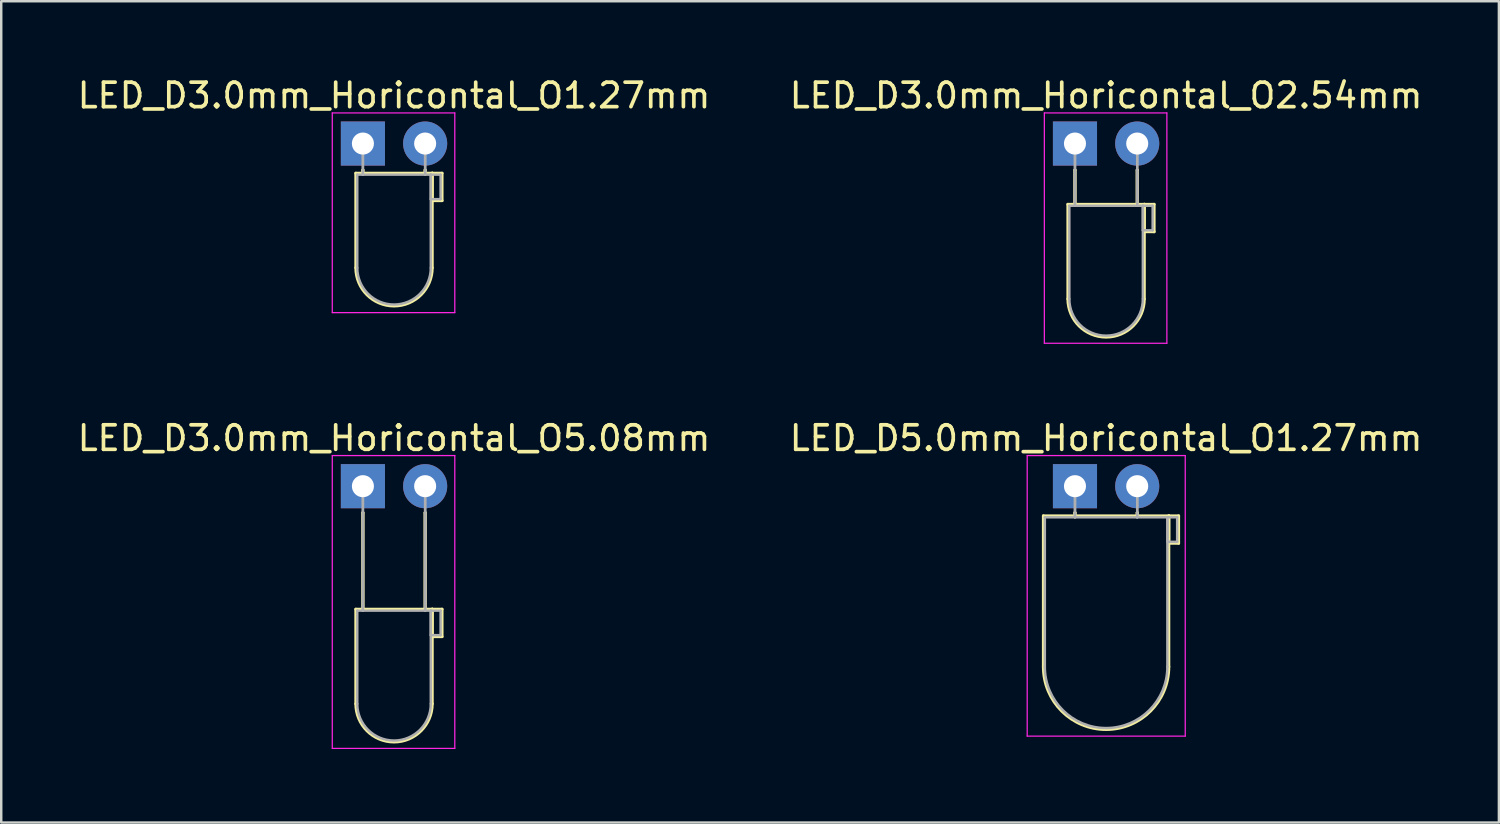
<source format=kicad_pcb>
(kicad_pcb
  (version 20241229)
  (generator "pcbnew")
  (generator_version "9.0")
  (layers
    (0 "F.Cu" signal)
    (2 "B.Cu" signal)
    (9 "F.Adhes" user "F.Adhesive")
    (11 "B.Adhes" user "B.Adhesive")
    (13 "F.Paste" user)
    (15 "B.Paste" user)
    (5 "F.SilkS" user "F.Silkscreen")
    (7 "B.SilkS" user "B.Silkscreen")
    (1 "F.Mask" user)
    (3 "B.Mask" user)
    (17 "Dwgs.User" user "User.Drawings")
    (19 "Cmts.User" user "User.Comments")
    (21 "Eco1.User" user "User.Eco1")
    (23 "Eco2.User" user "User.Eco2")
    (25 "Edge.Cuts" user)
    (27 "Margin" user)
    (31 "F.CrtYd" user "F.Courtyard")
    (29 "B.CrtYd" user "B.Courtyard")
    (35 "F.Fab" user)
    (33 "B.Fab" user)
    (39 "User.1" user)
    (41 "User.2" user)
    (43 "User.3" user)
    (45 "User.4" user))
  (footprint "LED_D3.0mm_Horicontal_O5.08mm"
    (layer "F.Cu")
    (at 11.76 16.791)
    (property "Reference" "LED_D3.0mm_Horicontal_O5.08mm" (at 1.27 -1.96 0) (layer "F.SilkS") (effects (font (size 1 1) (thickness 0.15))))
    (attr through_hole)
    (fp_line (start -0.29 5.02) (end -0.29 8.88) (stroke (width 0.12) (type solid)) (layer "F.SilkS"))
    (fp_line (start -0.29 5.02) (end 2.83 5.02) (stroke (width 0.12) (type solid)) (layer "F.SilkS"))
    (fp_line (start 0 1.08) (end 0 1.08) (stroke (width 0.12) (type solid)) (layer "F.SilkS"))
    (fp_line (start 0 1.08) (end 0 5.02) (stroke (width 0.12) (type solid)) (layer "F.SilkS"))
    (fp_line (start 0 5.02) (end 0 1.08) (stroke (width 0.12) (type solid)) (layer "F.SilkS"))
    (fp_line (start 0 5.02) (end 0 5.02) (stroke (width 0.12) (type solid)) (layer "F.SilkS"))
    (fp_line (start 2.54 1.08) (end 2.54 1.08) (stroke (width 0.12) (type solid)) (layer "F.SilkS"))
    (fp_line (start 2.54 1.08) (end 2.54 5.02) (stroke (width 0.12) (type solid)) (layer "F.SilkS"))
    (fp_line (start 2.54 5.02) (end 2.54 1.08) (stroke (width 0.12) (type solid)) (layer "F.SilkS"))
    (fp_line (start 2.54 5.02) (end 2.54 5.02) (stroke (width 0.12) (type solid)) (layer "F.SilkS"))
    (fp_line (start 2.83 5.02) (end 2.83 8.88) (stroke (width 0.12) (type solid)) (layer "F.SilkS"))
    (fp_line (start 2.83 5.02) (end 3.23 5.02) (stroke (width 0.12) (type solid)) (layer "F.SilkS"))
    (fp_line (start 2.83 6.14) (end 2.83 5.02) (stroke (width 0.12) (type solid)) (layer "F.SilkS"))
    (fp_line (start 3.23 5.02) (end 3.23 6.14) (stroke (width 0.12) (type solid)) (layer "F.SilkS"))
    (fp_line (start 3.23 6.14) (end 2.83 6.14) (stroke (width 0.12) (type solid)) (layer "F.SilkS"))
    (fp_arc (start 2.83 8.88) (mid 1.27 10.44) (end -0.29 8.88) (stroke (width 0.12) (type solid)) (layer "F.SilkS"))
    (fp_line (start -1.25 -1.25) (end -1.25 10.7) (stroke (width 0.05) (type solid)) (layer "F.CrtYd"))
    (fp_line (start -1.25 10.7) (end 3.75 10.7) (stroke (width 0.05) (type solid)) (layer "F.CrtYd"))
    (fp_line (start 3.75 -1.25) (end -1.25 -1.25) (stroke (width 0.05) (type solid)) (layer "F.CrtYd"))
    (fp_line (start 3.75 10.7) (end 3.75 -1.25) (stroke (width 0.05) (type solid)) (layer "F.CrtYd"))
    (fp_line (start -0.23 5.08) (end -0.23 8.88) (stroke (width 0.1) (type solid)) (layer "F.Fab"))
    (fp_line (start -0.23 5.08) (end 2.77 5.08) (stroke (width 0.1) (type solid)) (layer "F.Fab"))
    (fp_line (start 0 0) (end 0 0) (stroke (width 0.1) (type solid)) (layer "F.Fab"))
    (fp_line (start 0 0) (end 0 5.08) (stroke (width 0.1) (type solid)) (layer "F.Fab"))
    (fp_line (start 0 5.08) (end 0 0) (stroke (width 0.1) (type solid)) (layer "F.Fab"))
    (fp_line (start 0 5.08) (end 0 5.08) (stroke (width 0.1) (type solid)) (layer "F.Fab"))
    (fp_line (start 2.54 0) (end 2.54 0) (stroke (width 0.1) (type solid)) (layer "F.Fab"))
    (fp_line (start 2.54 0) (end 2.54 5.08) (stroke (width 0.1) (type solid)) (layer "F.Fab"))
    (fp_line (start 2.54 5.08) (end 2.54 0) (stroke (width 0.1) (type solid)) (layer "F.Fab"))
    (fp_line (start 2.54 5.08) (end 2.54 5.08) (stroke (width 0.1) (type solid)) (layer "F.Fab"))
    (fp_line (start 2.77 5.08) (end 2.77 8.88) (stroke (width 0.1) (type solid)) (layer "F.Fab"))
    (fp_line (start 2.77 5.08) (end 3.17 5.08) (stroke (width 0.1) (type solid)) (layer "F.Fab"))
    (fp_line (start 2.77 6.08) (end 2.77 5.08) (stroke (width 0.1) (type solid)) (layer "F.Fab"))
    (fp_line (start 3.17 5.08) (end 3.17 6.08) (stroke (width 0.1) (type solid)) (layer "F.Fab"))
    (fp_line (start 3.17 6.08) (end 2.77 6.08) (stroke (width 0.1) (type solid)) (layer "F.Fab"))
    (fp_arc (start 2.77 8.88) (mid 1.27 10.38) (end -0.23 8.88) (stroke (width 0.1) (type solid)) (layer "F.Fab"))
    (pad "1" thru_hole rect (at 0 0) (size 1.8 1.8) (drill 0.9) (layers "*.Cu" "*.Mask"))
    (pad "2" thru_hole circle (at 2.54 0) (size 1.8 1.8) (drill 0.9) (layers "*.Cu" "*.Mask")))
  (footprint "LED_D3.0mm_Horicontal_O2.54mm"
    (layer "F.Cu")
    (at 40.819 2.808)
    (property "Reference" "LED_D3.0mm_Horicontal_O2.54mm" (at 1.27 -1.96 0) (layer "F.SilkS") (effects (font (size 1 1) (thickness 0.15))))
    (attr through_hole)
    (fp_line (start -0.29 2.48) (end -0.29 6.34) (stroke (width 0.12) (type solid)) (layer "F.SilkS"))
    (fp_line (start -0.29 2.48) (end 2.83 2.48) (stroke (width 0.12) (type solid)) (layer "F.SilkS"))
    (fp_line (start 0 1.08) (end 0 1.08) (stroke (width 0.12) (type solid)) (layer "F.SilkS"))
    (fp_line (start 0 1.08) (end 0 2.48) (stroke (width 0.12) (type solid)) (layer "F.SilkS"))
    (fp_line (start 0 2.48) (end 0 1.08) (stroke (width 0.12) (type solid)) (layer "F.SilkS"))
    (fp_line (start 0 2.48) (end 0 2.48) (stroke (width 0.12) (type solid)) (layer "F.SilkS"))
    (fp_line (start 2.54 1.08) (end 2.54 1.08) (stroke (width 0.12) (type solid)) (layer "F.SilkS"))
    (fp_line (start 2.54 1.08) (end 2.54 2.48) (stroke (width 0.12) (type solid)) (layer "F.SilkS"))
    (fp_line (start 2.54 2.48) (end 2.54 1.08) (stroke (width 0.12) (type solid)) (layer "F.SilkS"))
    (fp_line (start 2.54 2.48) (end 2.54 2.48) (stroke (width 0.12) (type solid)) (layer "F.SilkS"))
    (fp_line (start 2.83 2.48) (end 2.83 6.34) (stroke (width 0.12) (type solid)) (layer "F.SilkS"))
    (fp_line (start 2.83 2.48) (end 3.23 2.48) (stroke (width 0.12) (type solid)) (layer "F.SilkS"))
    (fp_line (start 2.83 3.6) (end 2.83 2.48) (stroke (width 0.12) (type solid)) (layer "F.SilkS"))
    (fp_line (start 3.23 2.48) (end 3.23 3.6) (stroke (width 0.12) (type solid)) (layer "F.SilkS"))
    (fp_line (start 3.23 3.6) (end 2.83 3.6) (stroke (width 0.12) (type solid)) (layer "F.SilkS"))
    (fp_arc (start 2.83 6.34) (mid 1.27 7.9) (end -0.29 6.34) (stroke (width 0.12) (type solid)) (layer "F.SilkS"))
    (fp_line (start -1.25 -1.25) (end -1.25 8.15) (stroke (width 0.05) (type solid)) (layer "F.CrtYd"))
    (fp_line (start -1.25 8.15) (end 3.75 8.15) (stroke (width 0.05) (type solid)) (layer "F.CrtYd"))
    (fp_line (start 3.75 -1.25) (end -1.25 -1.25) (stroke (width 0.05) (type solid)) (layer "F.CrtYd"))
    (fp_line (start 3.75 8.15) (end 3.75 -1.25) (stroke (width 0.05) (type solid)) (layer "F.CrtYd"))
    (fp_line (start -0.23 2.54) (end -0.23 6.34) (stroke (width 0.1) (type solid)) (layer "F.Fab"))
    (fp_line (start -0.23 2.54) (end 2.77 2.54) (stroke (width 0.1) (type solid)) (layer "F.Fab"))
    (fp_line (start 0 0) (end 0 0) (stroke (width 0.1) (type solid)) (layer "F.Fab"))
    (fp_line (start 0 0) (end 0 2.54) (stroke (width 0.1) (type solid)) (layer "F.Fab"))
    (fp_line (start 0 2.54) (end 0 0) (stroke (width 0.1) (type solid)) (layer "F.Fab"))
    (fp_line (start 0 2.54) (end 0 2.54) (stroke (width 0.1) (type solid)) (layer "F.Fab"))
    (fp_line (start 2.54 0) (end 2.54 0) (stroke (width 0.1) (type solid)) (layer "F.Fab"))
    (fp_line (start 2.54 0) (end 2.54 2.54) (stroke (width 0.1) (type solid)) (layer "F.Fab"))
    (fp_line (start 2.54 2.54) (end 2.54 0) (stroke (width 0.1) (type solid)) (layer "F.Fab"))
    (fp_line (start 2.54 2.54) (end 2.54 2.54) (stroke (width 0.1) (type solid)) (layer "F.Fab"))
    (fp_line (start 2.77 2.54) (end 2.77 6.34) (stroke (width 0.1) (type solid)) (layer "F.Fab"))
    (fp_line (start 2.77 2.54) (end 3.17 2.54) (stroke (width 0.1) (type solid)) (layer "F.Fab"))
    (fp_line (start 2.77 3.54) (end 2.77 2.54) (stroke (width 0.1) (type solid)) (layer "F.Fab"))
    (fp_line (start 3.17 2.54) (end 3.17 3.54) (stroke (width 0.1) (type solid)) (layer "F.Fab"))
    (fp_line (start 3.17 3.54) (end 2.77 3.54) (stroke (width 0.1) (type solid)) (layer "F.Fab"))
    (fp_arc (start 2.77 6.34) (mid 1.27 7.84) (end -0.23 6.34) (stroke (width 0.1) (type solid)) (layer "F.Fab"))
    (pad "1" thru_hole rect (at 0 0) (size 1.8 1.8) (drill 0.9) (layers "*.Cu" "*.Mask"))
    (pad "2" thru_hole circle (at 2.54 0) (size 1.8 1.8) (drill 0.9) (layers "*.Cu" "*.Mask")))
  (footprint "LED_D5.0mm_Horicontal_O1.27mm"
    (layer "F.Cu")
    (at 40.819 16.791)
    (property "Reference" "LED_D5.0mm_Horicontal_O1.27mm" (at 1.27 -1.96 0) (layer "F.SilkS") (effects (font (size 1 1) (thickness 0.15))))
    (attr through_hole)
    (fp_line (start -1.29 1.21) (end -1.29 7.37) (stroke (width 0.12) (type solid)) (layer "F.SilkS"))
    (fp_line (start -1.29 1.21) (end 3.83 1.21) (stroke (width 0.12) (type solid)) (layer "F.SilkS"))
    (fp_line (start 0 1.08) (end 0 1.08) (stroke (width 0.12) (type solid)) (layer "F.SilkS"))
    (fp_line (start 0 1.08) (end 0 1.21) (stroke (width 0.12) (type solid)) (layer "F.SilkS"))
    (fp_line (start 0 1.21) (end 0 1.08) (stroke (width 0.12) (type solid)) (layer "F.SilkS"))
    (fp_line (start 0 1.21) (end 0 1.21) (stroke (width 0.12) (type solid)) (layer "F.SilkS"))
    (fp_line (start 2.54 1.08) (end 2.54 1.08) (stroke (width 0.12) (type solid)) (layer "F.SilkS"))
    (fp_line (start 2.54 1.08) (end 2.54 1.21) (stroke (width 0.12) (type solid)) (layer "F.SilkS"))
    (fp_line (start 2.54 1.21) (end 2.54 1.08) (stroke (width 0.12) (type solid)) (layer "F.SilkS"))
    (fp_line (start 2.54 1.21) (end 2.54 1.21) (stroke (width 0.12) (type solid)) (layer "F.SilkS"))
    (fp_line (start 3.83 1.21) (end 3.83 7.37) (stroke (width 0.12) (type solid)) (layer "F.SilkS"))
    (fp_line (start 3.83 1.21) (end 4.23 1.21) (stroke (width 0.12) (type solid)) (layer "F.SilkS"))
    (fp_line (start 3.83 2.33) (end 3.83 1.21) (stroke (width 0.12) (type solid)) (layer "F.SilkS"))
    (fp_line (start 4.23 1.21) (end 4.23 2.33) (stroke (width 0.12) (type solid)) (layer "F.SilkS"))
    (fp_line (start 4.23 2.33) (end 3.83 2.33) (stroke (width 0.12) (type solid)) (layer "F.SilkS"))
    (fp_arc (start 3.83 7.37) (mid 1.27 9.93) (end -1.29 7.37) (stroke (width 0.12) (type solid)) (layer "F.SilkS"))
    (fp_line (start -1.95 -1.25) (end -1.95 10.2) (stroke (width 0.05) (type solid)) (layer "F.CrtYd"))
    (fp_line (start -1.95 10.2) (end 4.5 10.2) (stroke (width 0.05) (type solid)) (layer "F.CrtYd"))
    (fp_line (start 4.5 -1.25) (end -1.95 -1.25) (stroke (width 0.05) (type solid)) (layer "F.CrtYd"))
    (fp_line (start 4.5 10.2) (end 4.5 -1.25) (stroke (width 0.05) (type solid)) (layer "F.CrtYd"))
    (fp_line (start -1.23 1.27) (end -1.23 7.37) (stroke (width 0.1) (type solid)) (layer "F.Fab"))
    (fp_line (start -1.23 1.27) (end 3.77 1.27) (stroke (width 0.1) (type solid)) (layer "F.Fab"))
    (fp_line (start 0 0) (end 0 0) (stroke (width 0.1) (type solid)) (layer "F.Fab"))
    (fp_line (start 0 0) (end 0 1.27) (stroke (width 0.1) (type solid)) (layer "F.Fab"))
    (fp_line (start 0 1.27) (end 0 0) (stroke (width 0.1) (type solid)) (layer "F.Fab"))
    (fp_line (start 0 1.27) (end 0 1.27) (stroke (width 0.1) (type solid)) (layer "F.Fab"))
    (fp_line (start 2.54 0) (end 2.54 0) (stroke (width 0.1) (type solid)) (layer "F.Fab"))
    (fp_line (start 2.54 0) (end 2.54 1.27) (stroke (width 0.1) (type solid)) (layer "F.Fab"))
    (fp_line (start 2.54 1.27) (end 2.54 0) (stroke (width 0.1) (type solid)) (layer "F.Fab"))
    (fp_line (start 2.54 1.27) (end 2.54 1.27) (stroke (width 0.1) (type solid)) (layer "F.Fab"))
    (fp_line (start 3.77 1.27) (end 3.77 7.37) (stroke (width 0.1) (type solid)) (layer "F.Fab"))
    (fp_line (start 3.77 1.27) (end 4.17 1.27) (stroke (width 0.1) (type solid)) (layer "F.Fab"))
    (fp_line (start 3.77 2.27) (end 3.77 1.27) (stroke (width 0.1) (type solid)) (layer "F.Fab"))
    (fp_line (start 4.17 1.27) (end 4.17 2.27) (stroke (width 0.1) (type solid)) (layer "F.Fab"))
    (fp_line (start 4.17 2.27) (end 3.77 2.27) (stroke (width 0.1) (type solid)) (layer "F.Fab"))
    (fp_arc (start 3.77 7.37) (mid 1.27 9.87) (end -1.23 7.37) (stroke (width 0.1) (type solid)) (layer "F.Fab"))
    (pad "1" thru_hole rect (at 0 0) (size 1.8 1.8) (drill 0.9) (layers "*.Cu" "*.Mask"))
    (pad "2" thru_hole circle (at 2.54 0) (size 1.8 1.8) (drill 0.9) (layers "*.Cu" "*.Mask")))
  (footprint "LED_D3.0mm_Horicontal_O1.27mm"
    (layer "F.Cu")
    (at 11.76 2.808)
    (property "Reference" "LED_D3.0mm_Horicontal_O1.27mm" (at 1.27 -1.96 0) (layer "F.SilkS") (effects (font (size 1 1) (thickness 0.15))))
    (attr through_hole)
    (fp_line (start -0.29 1.21) (end -0.29 5.07) (stroke (width 0.12) (type solid)) (layer "F.SilkS"))
    (fp_line (start -0.29 1.21) (end 2.83 1.21) (stroke (width 0.12) (type solid)) (layer "F.SilkS"))
    (fp_line (start 0 1.08) (end 0 1.08) (stroke (width 0.12) (type solid)) (layer "F.SilkS"))
    (fp_line (start 0 1.08) (end 0 1.21) (stroke (width 0.12) (type solid)) (layer "F.SilkS"))
    (fp_line (start 0 1.21) (end 0 1.08) (stroke (width 0.12) (type solid)) (layer "F.SilkS"))
    (fp_line (start 0 1.21) (end 0 1.21) (stroke (width 0.12) (type solid)) (layer "F.SilkS"))
    (fp_line (start 2.54 1.08) (end 2.54 1.08) (stroke (width 0.12) (type solid)) (layer "F.SilkS"))
    (fp_line (start 2.54 1.08) (end 2.54 1.21) (stroke (width 0.12) (type solid)) (layer "F.SilkS"))
    (fp_line (start 2.54 1.21) (end 2.54 1.08) (stroke (width 0.12) (type solid)) (layer "F.SilkS"))
    (fp_line (start 2.54 1.21) (end 2.54 1.21) (stroke (width 0.12) (type solid)) (layer "F.SilkS"))
    (fp_line (start 2.83 1.21) (end 2.83 5.07) (stroke (width 0.12) (type solid)) (layer "F.SilkS"))
    (fp_line (start 2.83 1.21) (end 3.23 1.21) (stroke (width 0.12) (type solid)) (layer "F.SilkS"))
    (fp_line (start 2.83 2.33) (end 2.83 1.21) (stroke (width 0.12) (type solid)) (layer "F.SilkS"))
    (fp_line (start 3.23 1.21) (end 3.23 2.33) (stroke (width 0.12) (type solid)) (layer "F.SilkS"))
    (fp_line (start 3.23 2.33) (end 2.83 2.33) (stroke (width 0.12) (type solid)) (layer "F.SilkS"))
    (fp_arc (start 2.83 5.07) (mid 1.27 6.63) (end -0.29 5.07) (stroke (width 0.12) (type solid)) (layer "F.SilkS"))
    (fp_line (start -1.25 -1.25) (end -1.25 6.9) (stroke (width 0.05) (type solid)) (layer "F.CrtYd"))
    (fp_line (start -1.25 6.9) (end 3.75 6.9) (stroke (width 0.05) (type solid)) (layer "F.CrtYd"))
    (fp_line (start 3.75 -1.25) (end -1.25 -1.25) (stroke (width 0.05) (type solid)) (layer "F.CrtYd"))
    (fp_line (start 3.75 6.9) (end 3.75 -1.25) (stroke (width 0.05) (type solid)) (layer "F.CrtYd"))
    (fp_line (start -0.23 1.27) (end -0.23 5.07) (stroke (width 0.1) (type solid)) (layer "F.Fab"))
    (fp_line (start -0.23 1.27) (end 2.77 1.27) (stroke (width 0.1) (type solid)) (layer "F.Fab"))
    (fp_line (start 0 0) (end 0 0) (stroke (width 0.1) (type solid)) (layer "F.Fab"))
    (fp_line (start 0 0) (end 0 1.27) (stroke (width 0.1) (type solid)) (layer "F.Fab"))
    (fp_line (start 0 1.27) (end 0 0) (stroke (width 0.1) (type solid)) (layer "F.Fab"))
    (fp_line (start 0 1.27) (end 0 1.27) (stroke (width 0.1) (type solid)) (layer "F.Fab"))
    (fp_line (start 2.54 0) (end 2.54 0) (stroke (width 0.1) (type solid)) (layer "F.Fab"))
    (fp_line (start 2.54 0) (end 2.54 1.27) (stroke (width 0.1) (type solid)) (layer "F.Fab"))
    (fp_line (start 2.54 1.27) (end 2.54 0) (stroke (width 0.1) (type solid)) (layer "F.Fab"))
    (fp_line (start 2.54 1.27) (end 2.54 1.27) (stroke (width 0.1) (type solid)) (layer "F.Fab"))
    (fp_line (start 2.77 1.27) (end 2.77 5.07) (stroke (width 0.1) (type solid)) (layer "F.Fab"))
    (fp_line (start 2.77 1.27) (end 3.17 1.27) (stroke (width 0.1) (type solid)) (layer "F.Fab"))
    (fp_line (start 2.77 2.27) (end 2.77 1.27) (stroke (width 0.1) (type solid)) (layer "F.Fab"))
    (fp_line (start 3.17 1.27) (end 3.17 2.27) (stroke (width 0.1) (type solid)) (layer "F.Fab"))
    (fp_line (start 3.17 2.27) (end 2.77 2.27) (stroke (width 0.1) (type solid)) (layer "F.Fab"))
    (fp_arc (start 2.77 5.07) (mid 1.27 6.57) (end -0.23 5.07) (stroke (width 0.1) (type solid)) (layer "F.Fab"))
    (pad "1" thru_hole rect (at 0 0) (size 1.8 1.8) (drill 0.9) (layers "*.Cu" "*.Mask"))
    (pad "2" thru_hole circle (at 2.54 0) (size 1.8 1.8) (drill 0.9) (layers "*.Cu" "*.Mask")))
  (gr_rect
    (start -3 -3)
    (end 58.119 30.517)
    (stroke (width 0.1) (type default))
    (fill no)
    (layer "Edge.Cuts")))
</source>
